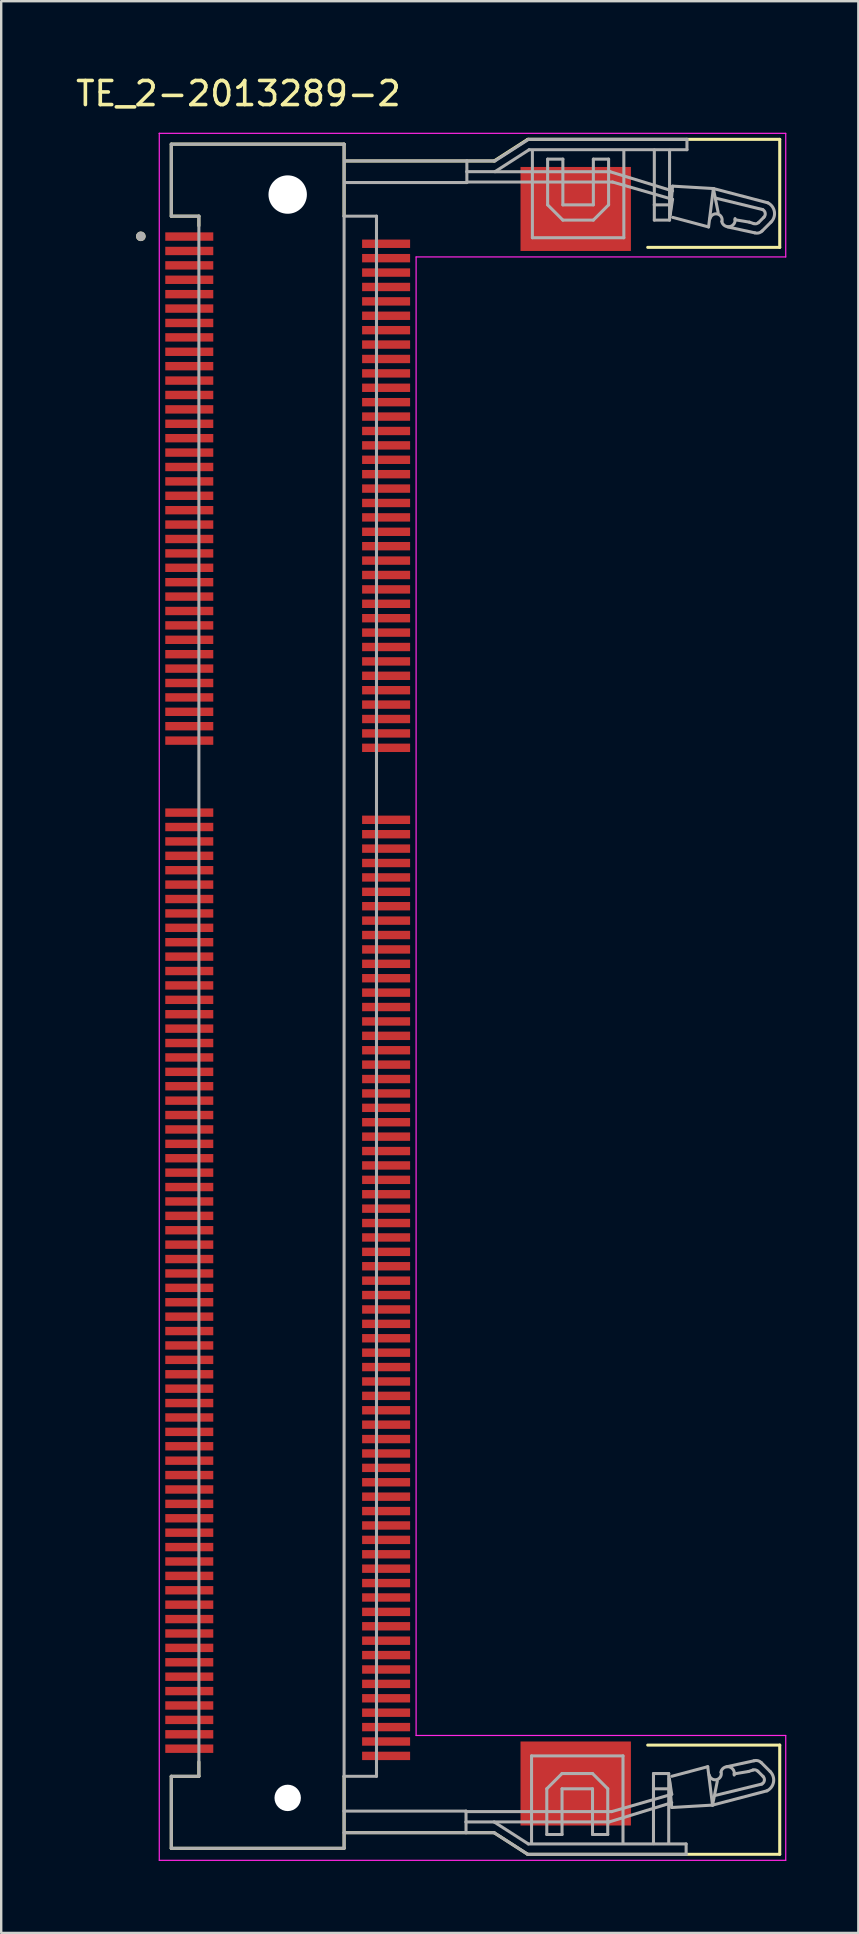
<source format=kicad_pcb>
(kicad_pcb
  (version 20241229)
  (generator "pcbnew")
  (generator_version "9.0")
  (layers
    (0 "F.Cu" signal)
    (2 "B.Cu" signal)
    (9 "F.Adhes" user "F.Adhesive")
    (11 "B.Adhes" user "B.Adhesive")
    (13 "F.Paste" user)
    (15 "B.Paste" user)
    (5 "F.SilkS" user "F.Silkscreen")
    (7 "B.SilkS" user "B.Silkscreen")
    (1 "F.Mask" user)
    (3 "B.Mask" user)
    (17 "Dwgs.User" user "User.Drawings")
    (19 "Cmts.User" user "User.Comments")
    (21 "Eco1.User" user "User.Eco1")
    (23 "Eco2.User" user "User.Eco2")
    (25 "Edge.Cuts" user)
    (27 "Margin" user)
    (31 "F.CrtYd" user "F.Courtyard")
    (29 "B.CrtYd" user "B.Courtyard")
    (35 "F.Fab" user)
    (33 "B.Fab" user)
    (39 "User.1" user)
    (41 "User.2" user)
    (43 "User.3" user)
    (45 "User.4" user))
  (footprint "TE_2-2013289-2"
    (layer "F.Cu")
    (at 8.936 38.456)
    (property "Reference" "TE_2-2013289-2" (at -2.053 -37.606 0) (layer "F.SilkS") (effects (font (size 1.003 1.003) (thickness 0.15))))
    (attr smd)
    (fp_line (start -4.85 -35.5) (end -4.85 -32.5) (stroke (width 0.127) (type solid)) (layer "F.SilkS"))
    (fp_line (start -4.85 -32.5) (end -3.7 -32.5) (stroke (width 0.127) (type solid)) (layer "F.SilkS"))
    (fp_line (start -4.85 32.5) (end -4.85 35.5) (stroke (width 0.127) (type solid)) (layer "F.SilkS"))
    (fp_line (start -4.85 35.5) (end 2.35 35.5) (stroke (width 0.127) (type solid)) (layer "F.SilkS"))
    (fp_line (start -3.7 -32.5) (end -3.7 -32.1) (stroke (width 0.127) (type solid)) (layer "F.SilkS"))
    (fp_line (start -3.7 31.9) (end -3.7 32.5) (stroke (width 0.127) (type solid)) (layer "F.SilkS"))
    (fp_line (start -3.7 32.5) (end -4.85 32.5) (stroke (width 0.127) (type solid)) (layer "F.SilkS"))
    (fp_line (start 2.35 -35.5) (end -4.85 -35.5) (stroke (width 0.127) (type solid)) (layer "F.SilkS"))
    (fp_line (start 2.35 -32.5) (end 2.35 -35.5) (stroke (width 0.127) (type solid)) (layer "F.SilkS"))
    (fp_line (start 2.35 35.5) (end 2.35 32.5) (stroke (width 0.127) (type solid)) (layer "F.SilkS"))
    (fp_line (start 2.4 -34.8) (end 8.6 -34.8) (stroke (width 0.127) (type solid)) (layer "F.SilkS"))
    (fp_line (start 2.4 34.85) (end 8.6 34.85) (stroke (width 0.127) (type solid)) (layer "F.SilkS"))
    (fp_line (start 8.6 -34.8) (end 10 -35.7) (stroke (width 0.127) (type solid)) (layer "F.SilkS"))
    (fp_line (start 8.6 34.85) (end 10 35.75) (stroke (width 0.127) (type solid)) (layer "F.SilkS"))
    (fp_line (start 10 -35.7) (end 20.5 -35.7) (stroke (width 0.127) (type solid)) (layer "F.SilkS"))
    (fp_line (start 10 35.75) (end 20.5 35.75) (stroke (width 0.127) (type solid)) (layer "F.SilkS"))
    (fp_line (start 20.5 -35.7) (end 20.5 -31.2) (stroke (width 0.127) (type solid)) (layer "F.SilkS"))
    (fp_line (start 20.5 -31.2) (end 15 -31.2) (stroke (width 0.127) (type solid)) (layer "F.SilkS"))
    (fp_line (start 20.5 31.2) (end 15 31.2) (stroke (width 0.127) (type solid)) (layer "F.SilkS"))
    (fp_line (start 20.5 35.75) (end 20.5 31.2) (stroke (width 0.127) (type solid)) (layer "F.SilkS"))
    (fp_circle (center -6.119 -31.66) (end -6.019 -31.66) (stroke (width 0.2) (type solid)) (fill no) (layer "F.SilkS"))
    (fp_line (start -5.35 -35.95) (end -5.35 -35.951) (stroke (width 0.05) (type solid)) (layer "F.CrtYd"))
    (fp_line (start -5.35 -35.95) (end 20.75 -35.95) (stroke (width 0.05) (type solid)) (layer "F.CrtYd"))
    (fp_line (start -5.35 36) (end -5.35 -35.95) (stroke (width 0.05) (type solid)) (layer "F.CrtYd"))
    (fp_line (start 5.35 -30.8) (end 5.35 30.8) (stroke (width 0.05) (type solid)) (layer "F.CrtYd"))
    (fp_line (start 5.35 30.8) (end 20.75 30.8) (stroke (width 0.05) (type solid)) (layer "F.CrtYd"))
    (fp_line (start 20.75 -35.95) (end 20.75 -30.8) (stroke (width 0.05) (type solid)) (layer "F.CrtYd"))
    (fp_line (start 20.75 -30.8) (end 5.35 -30.8) (stroke (width 0.05) (type solid)) (layer "F.CrtYd"))
    (fp_line (start 20.75 30.8) (end 20.75 36) (stroke (width 0.05) (type solid)) (layer "F.CrtYd"))
    (fp_line (start 20.75 36) (end -5.35 36) (stroke (width 0.05) (type solid)) (layer "F.CrtYd"))
    (fp_line (start -4.85 -35.5) (end -4.85 -32.5) (stroke (width 0.127) (type solid)) (layer "F.Fab"))
    (fp_line (start -4.85 -32.5) (end -3.7 -32.5) (stroke (width 0.127) (type solid)) (layer "F.Fab"))
    (fp_line (start -4.85 32.5) (end -4.85 35.5) (stroke (width 0.127) (type solid)) (layer "F.Fab"))
    (fp_line (start -4.85 35.5) (end 2.35 35.5) (stroke (width 0.127) (type solid)) (layer "F.Fab"))
    (fp_line (start -3.7 -32.5) (end -3.7 32.5) (stroke (width 0.127) (type solid)) (layer "F.Fab"))
    (fp_line (start -3.7 32.5) (end -4.85 32.5) (stroke (width 0.127) (type solid)) (layer "F.Fab"))
    (fp_line (start 2.35 -35.5) (end -4.85 -35.5) (stroke (width 0.127) (type solid)) (layer "F.Fab"))
    (fp_line (start 2.35 -32.5) (end 2.35 -35.5) (stroke (width 0.127) (type solid)) (layer "F.Fab"))
    (fp_line (start 2.35 -32.5) (end 3.7 -32.5) (stroke (width 0.127) (type solid)) (layer "F.Fab"))
    (fp_line (start 2.35 32.5) (end 2.35 -32.5) (stroke (width 0.127) (type solid)) (layer "F.Fab"))
    (fp_line (start 2.35 33.95) (end 2.35 32.5) (stroke (width 0.127) (type solid)) (layer "F.Fab"))
    (fp_line (start 2.35 33.95) (end 7.43 33.95) (stroke (width 0.127) (type solid)) (layer "F.Fab"))
    (fp_line (start 2.35 34.85) (end 2.35 33.95) (stroke (width 0.127) (type solid)) (layer "F.Fab"))
    (fp_line (start 2.35 34.85) (end 7.43 34.85) (stroke (width 0.127) (type solid)) (layer "F.Fab"))
    (fp_line (start 2.35 35.5) (end 2.35 34.85) (stroke (width 0.127) (type solid)) (layer "F.Fab"))
    (fp_line (start 2.385 -34.801) (end 7.465 -34.801) (stroke (width 0.127) (type solid)) (layer "F.Fab"))
    (fp_line (start 2.385 -33.901) (end 7.465 -33.901) (stroke (width 0.127) (type solid)) (layer "F.Fab"))
    (fp_line (start 3.7 -32.5) (end 3.7 32.5) (stroke (width 0.127) (type solid)) (layer "F.Fab"))
    (fp_line (start 3.7 32.5) (end 2.35 32.5) (stroke (width 0.127) (type solid)) (layer "F.Fab"))
    (fp_line (start 7.42 33.971) (end 13.5 33.971) (stroke (width 0.127) (type solid)) (layer "F.Fab"))
    (fp_line (start 7.43 34.402) (end 7.43 33.95) (stroke (width 0.127) (type solid)) (layer "F.Fab"))
    (fp_line (start 7.43 34.402) (end 8.6 34.402) (stroke (width 0.127) (type solid)) (layer "F.Fab"))
    (fp_line (start 7.43 34.85) (end 7.43 34.402) (stroke (width 0.127) (type solid)) (layer "F.Fab"))
    (fp_line (start 7.43 34.85) (end 8.6 34.85) (stroke (width 0.127) (type solid)) (layer "F.Fab"))
    (fp_line (start 7.455 -33.922) (end 13.535 -33.922) (stroke (width 0.127) (type solid)) (layer "F.Fab"))
    (fp_line (start 7.465 -34.801) (end 7.465 -34.353) (stroke (width 0.127) (type solid)) (layer "F.Fab"))
    (fp_line (start 7.465 -34.801) (end 8.635 -34.801) (stroke (width 0.127) (type solid)) (layer "F.Fab"))
    (fp_line (start 7.465 -34.353) (end 7.465 -33.901) (stroke (width 0.127) (type solid)) (layer "F.Fab"))
    (fp_line (start 7.465 -34.353) (end 8.635 -34.353) (stroke (width 0.127) (type solid)) (layer "F.Fab"))
    (fp_line (start 8.6 34.4) (end 13.4 34.4) (stroke (width 0.127) (type solid)) (layer "F.Fab"))
    (fp_line (start 8.6 34.85) (end 10 35.75) (stroke (width 0.127) (type solid)) (layer "F.Fab"))
    (fp_line (start 8.625 34.418) (end 10.025 35.318) (stroke (width 0.127) (type solid)) (layer "F.Fab"))
    (fp_line (start 8.635 -34.801) (end 10.035 -35.701) (stroke (width 0.127) (type solid)) (layer "F.Fab"))
    (fp_line (start 8.635 -34.351) (end 13.435 -34.351) (stroke (width 0.127) (type solid)) (layer "F.Fab"))
    (fp_line (start 8.66 -34.369) (end 10.06 -35.269) (stroke (width 0.127) (type solid)) (layer "F.Fab"))
    (fp_line (start 10 35.75) (end 16.6 35.75) (stroke (width 0.127) (type solid)) (layer "F.Fab"))
    (fp_line (start 10.025 35.318) (end 16.6 35.318) (stroke (width 0.127) (type solid)) (layer "F.Fab"))
    (fp_line (start 10.035 -35.701) (end 16.635 -35.701) (stroke (width 0.127) (type solid)) (layer "F.Fab"))
    (fp_line (start 10.06 -35.269) (end 16.635 -35.269) (stroke (width 0.127) (type solid)) (layer "F.Fab"))
    (fp_line (start 10.16 31.65) (end 13.97 31.65) (stroke (width 0.127) (type solid)) (layer "F.Fab"))
    (fp_line (start 10.16 35.267) (end 10.16 31.65) (stroke (width 0.127) (type solid)) (layer "F.Fab"))
    (fp_line (start 10.195 -35.218) (end 10.195 -31.601) (stroke (width 0.127) (type solid)) (layer "F.Fab"))
    (fp_line (start 10.195 -31.601) (end 14.005 -31.601) (stroke (width 0.127) (type solid)) (layer "F.Fab"))
    (fp_line (start 10.795 33.02) (end 11.43 32.385) (stroke (width 0.127) (type solid)) (layer "F.Fab"))
    (fp_line (start 10.795 34.925) (end 10.795 33.02) (stroke (width 0.127) (type solid)) (layer "F.Fab"))
    (fp_line (start 10.83 -34.876) (end 10.83 -32.971) (stroke (width 0.127) (type solid)) (layer "F.Fab"))
    (fp_line (start 10.83 -32.971) (end 11.465 -32.336) (stroke (width 0.127) (type solid)) (layer "F.Fab"))
    (fp_line (start 11.43 32.385) (end 12.7 32.385) (stroke (width 0.127) (type solid)) (layer "F.Fab"))
    (fp_line (start 11.43 33.02) (end 11.43 34.925) (stroke (width 0.127) (type solid)) (layer "F.Fab"))
    (fp_line (start 11.43 34.925) (end 10.795 34.925) (stroke (width 0.127) (type solid)) (layer "F.Fab"))
    (fp_line (start 11.465 -34.876) (end 10.83 -34.876) (stroke (width 0.127) (type solid)) (layer "F.Fab"))
    (fp_line (start 11.465 -32.971) (end 11.465 -34.876) (stroke (width 0.127) (type solid)) (layer "F.Fab"))
    (fp_line (start 11.465 -32.336) (end 12.735 -32.336) (stroke (width 0.127) (type solid)) (layer "F.Fab"))
    (fp_line (start 12.7 32.385) (end 13.335 33.02) (stroke (width 0.127) (type solid)) (layer "F.Fab"))
    (fp_line (start 12.7 33.02) (end 11.43 33.02) (stroke (width 0.127) (type solid)) (layer "F.Fab"))
    (fp_line (start 12.7 34.925) (end 12.7 33.02) (stroke (width 0.127) (type solid)) (layer "F.Fab"))
    (fp_line (start 12.735 -34.876) (end 12.735 -32.971) (stroke (width 0.127) (type solid)) (layer "F.Fab"))
    (fp_line (start 12.735 -32.971) (end 11.465 -32.971) (stroke (width 0.127) (type solid)) (layer "F.Fab"))
    (fp_line (start 12.735 -32.336) (end 13.37 -32.971) (stroke (width 0.127) (type solid)) (layer "F.Fab"))
    (fp_line (start 13.335 33.02) (end 13.335 34.925) (stroke (width 0.127) (type solid)) (layer "F.Fab"))
    (fp_line (start 13.335 34.925) (end 12.7 34.925) (stroke (width 0.127) (type solid)) (layer "F.Fab"))
    (fp_line (start 13.37 -34.876) (end 12.735 -34.876) (stroke (width 0.127) (type solid)) (layer "F.Fab"))
    (fp_line (start 13.37 -32.971) (end 13.37 -34.876) (stroke (width 0.127) (type solid)) (layer "F.Fab"))
    (fp_line (start 13.4 34.4) (end 16 33.6) (stroke (width 0.127) (type solid)) (layer "F.Fab"))
    (fp_line (start 13.435 -34.351) (end 16.035 -33.551) (stroke (width 0.127) (type solid)) (layer "F.Fab"))
    (fp_line (start 13.5 33.971) (end 16 33.25) (stroke (width 0.127) (type solid)) (layer "F.Fab"))
    (fp_line (start 13.535 -33.922) (end 16.035 -33.201) (stroke (width 0.127) (type solid)) (layer "F.Fab"))
    (fp_line (start 13.97 31.65) (end 13.97 35.255) (stroke (width 0.127) (type solid)) (layer "F.Fab"))
    (fp_line (start 14.005 -31.601) (end 14.005 -35.206) (stroke (width 0.127) (type solid)) (layer "F.Fab"))
    (fp_line (start 15.24 32.385) (end 15.875 32.385) (stroke (width 0.127) (type solid)) (layer "F.Fab"))
    (fp_line (start 15.24 33.02) (end 15.24 32.385) (stroke (width 0.127) (type solid)) (layer "F.Fab"))
    (fp_line (start 15.24 33.02) (end 15.875 33.02) (stroke (width 0.127) (type solid)) (layer "F.Fab"))
    (fp_line (start 15.24 35.306) (end 15.24 33.02) (stroke (width 0.127) (type solid)) (layer "F.Fab"))
    (fp_line (start 15.275 -35.257) (end 15.275 -32.971) (stroke (width 0.127) (type solid)) (layer "F.Fab"))
    (fp_line (start 15.275 -32.971) (end 15.275 -32.336) (stroke (width 0.127) (type solid)) (layer "F.Fab"))
    (fp_line (start 15.275 -32.971) (end 15.91 -32.971) (stroke (width 0.127) (type solid)) (layer "F.Fab"))
    (fp_line (start 15.275 -32.336) (end 15.91 -32.336) (stroke (width 0.127) (type solid)) (layer "F.Fab"))
    (fp_line (start 15.875 32.385) (end 15.875 33.02) (stroke (width 0.127) (type solid)) (layer "F.Fab"))
    (fp_line (start 15.875 33.02) (end 15.875 35.293) (stroke (width 0.127) (type solid)) (layer "F.Fab"))
    (fp_line (start 15.9 32.6) (end 16 33.8) (stroke (width 0.127) (type solid)) (layer "F.Fab"))
    (fp_line (start 15.91 -32.971) (end 15.91 -35.244) (stroke (width 0.127) (type solid)) (layer "F.Fab"))
    (fp_line (start 15.91 -32.336) (end 15.91 -32.971) (stroke (width 0.127) (type solid)) (layer "F.Fab"))
    (fp_line (start 15.935 -32.551) (end 16.035 -33.751) (stroke (width 0.127) (type solid)) (layer "F.Fab"))
    (fp_line (start 16 33.25) (end 15.9 32.6) (stroke (width 0.127) (type solid)) (layer "F.Fab"))
    (fp_line (start 16 33.8) (end 17.7 33.7) (stroke (width 0.127) (type solid)) (layer "F.Fab"))
    (fp_line (start 16.035 -33.751) (end 17.735 -33.651) (stroke (width 0.127) (type solid)) (layer "F.Fab"))
    (fp_line (start 16.035 -33.201) (end 15.935 -32.551) (stroke (width 0.127) (type solid)) (layer "F.Fab"))
    (fp_line (start 16.6 35.318) (end 16.6 35.75) (stroke (width 0.127) (type solid)) (layer "F.Fab"))
    (fp_line (start 16.635 -35.269) (end 16.635 -35.701) (stroke (width 0.127) (type solid)) (layer "F.Fab"))
    (fp_line (start 17.5 32.1) (end 16 32.5) (stroke (width 0.127) (type solid)) (layer "F.Fab"))
    (fp_line (start 17.535 -32.051) (end 16.035 -32.451) (stroke (width 0.127) (type solid)) (layer "F.Fab"))
    (fp_line (start 17.7 33.7) (end 17.5 32.1) (stroke (width 0.127) (type solid)) (layer "F.Fab"))
    (fp_line (start 17.7 33.7) (end 17.9 32.7) (stroke (width 0.127) (type solid)) (layer "F.Fab"))
    (fp_line (start 17.7 33.7) (end 19.967 33.106) (stroke (width 0.127) (type solid)) (layer "F.Fab"))
    (fp_line (start 17.735 -33.651) (end 17.535 -32.051) (stroke (width 0.127) (type solid)) (layer "F.Fab"))
    (fp_line (start 17.735 -33.651) (end 17.935 -32.651) (stroke (width 0.127) (type solid)) (layer "F.Fab"))
    (fp_line (start 17.735 -33.651) (end 20.002 -33.057) (stroke (width 0.127) (type solid)) (layer "F.Fab"))
    (fp_line (start 17.8 33.3) (end 19.752 32.824) (stroke (width 0.127) (type solid)) (layer "F.Fab"))
    (fp_line (start 17.835 -33.251) (end 19.787 -32.775) (stroke (width 0.127) (type solid)) (layer "F.Fab"))
    (fp_line (start 18.6 32.4) (end 19.2 32.3) (stroke (width 0.127) (type solid)) (layer "F.Fab"))
    (fp_line (start 18.635 -32.351) (end 19.235 -32.251) (stroke (width 0.127) (type solid)) (layer "F.Fab"))
    (fp_line (start 19.383 32.239) (end 19.2 32.3) (stroke (width 0.127) (type solid)) (layer "F.Fab"))
    (fp_line (start 19.418 -32.19) (end 19.235 -32.251) (stroke (width 0.127) (type solid)) (layer "F.Fab"))
    (fp_line (start 19.427 31.854) (end 18.3 32.1) (stroke (width 0.127) (type solid)) (layer "F.Fab"))
    (fp_line (start 19.462 -31.805) (end 18.335 -32.051) (stroke (width 0.127) (type solid)) (layer "F.Fab"))
    (fp_line (start 19.804 32.504) (end 19.587 32.287) (stroke (width 0.127) (type solid)) (layer "F.Fab"))
    (fp_line (start 19.839 -32.455) (end 19.622 -32.238) (stroke (width 0.127) (type solid)) (layer "F.Fab"))
    (fp_line (start 20.103 32.303) (end 19.728 31.928) (stroke (width 0.127) (type solid)) (layer "F.Fab"))
    (fp_line (start 20.138 -32.254) (end 19.763 -31.879) (stroke (width 0.127) (type solid)) (layer "F.Fab"))
    (fp_arc (start 17.5966 -32.3972) (mid 17.8966 -32.5972) (end 18.0966 -32.2972) (stroke (width 0.127) (type solid)) (layer "F.Fab"))
    (fp_arc (start 18.0492 32.3254) (mid 18.3873 32.1095) (end 18.6032 32.4476) (stroke (width 0.127) (type solid)) (layer "F.Fab"))
    (fp_arc (start 18.0616 32.3462) (mid 17.8616 32.6462) (end 17.5616 32.4462) (stroke (width 0.127) (type solid)) (layer "F.Fab"))
    (fp_arc (start 18.6382 -32.3986) (mid 18.4223 -32.0605) (end 18.0842 -32.2764) (stroke (width 0.127) (type solid)) (layer "F.Fab"))
    (fp_arc (start 19.3827 32.2391) (mid 19.49191 32.234175) (end 19.5874 32.2874) (stroke (width 0.127) (type solid)) (layer "F.Fab"))
    (fp_arc (start 19.4267 31.8541) (mid 19.587915 31.849164) (end 19.7284 31.9284) (stroke (width 0.127) (type solid)) (layer "F.Fab"))
    (fp_arc (start 19.6224 -32.2384) (mid 19.52691 -32.185175) (end 19.4177 -32.1901) (stroke (width 0.127) (type solid)) (layer "F.Fab"))
    (fp_arc (start 19.7634 -31.8794) (mid 19.622914 -31.800164) (end 19.4617 -31.8051) (stroke (width 0.127) (type solid)) (layer "F.Fab"))
    (fp_arc (start 19.7868 -32.775099) (mid 19.894783 -32.628259) (end 19.8388 -32.4548) (stroke (width 0.127) (type solid)) (layer "F.Fab"))
    (fp_arc (start 19.8038 32.5038) (mid 19.859784 32.67726) (end 19.7518 32.824099) (stroke (width 0.127) (type solid)) (layer "F.Fab"))
    (fp_arc (start 20.0019 -33.057299) (mid 20.277137 -32.690537) (end 20.1377 -32.2537) (stroke (width 0.127) (type solid)) (layer "F.Fab"))
    (fp_arc (start 20.1027 32.3027) (mid 20.242138 32.739538) (end 19.9669 33.106299) (stroke (width 0.127) (type solid)) (layer "F.Fab"))
    (fp_circle (center -6.119 -31.66) (end -6.019 -31.66) (stroke (width 0.2) (type solid)) (fill no) (layer "F.Fab"))
    (pad "" np_thru_hole circle (at 0 -33.4) (size 1.6 1.6) (drill 1.6) (layers "*.Cu" "*.Mask"))
    (pad "" np_thru_hole circle (at 0 33.4) (size 1.1 1.1) (drill 1.1) (layers "*.Cu" "*.Mask"))
    (pad "1" smd rect (at -4.1 -31.65) (size 2 0.35) (layers "F.Cu" "F.Mask" "F.Paste"))
    (pad "2" smd rect (at 4.1 -31.35) (size 2 0.35) (layers "F.Cu" "F.Mask" "F.Paste"))
    (pad "3" smd rect (at -4.1 -31.05) (size 2 0.35) (layers "F.Cu" "F.Mask" "F.Paste"))
    (pad "4" smd rect (at 4.1 -30.75) (size 2 0.35) (layers "F.Cu" "F.Mask" "F.Paste"))
    (pad "5" smd rect (at -4.1 -30.45) (size 2 0.35) (layers "F.Cu" "F.Mask" "F.Paste"))
    (pad "6" smd rect (at 4.1 -30.15) (size 2 0.35) (layers "F.Cu" "F.Mask" "F.Paste"))
    (pad "7" smd rect (at -4.1 -29.85) (size 2 0.35) (layers "F.Cu" "F.Mask" "F.Paste"))
    (pad "8" smd rect (at 4.1 -29.55) (size 2 0.35) (layers "F.Cu" "F.Mask" "F.Paste"))
    (pad "9" smd rect (at -4.1 -29.25) (size 2 0.35) (layers "F.Cu" "F.Mask" "F.Paste"))
    (pad "10" smd rect (at 4.1 -28.95) (size 2 0.35) (layers "F.Cu" "F.Mask" "F.Paste"))
    (pad "11" smd rect (at -4.1 -28.65) (size 2 0.35) (layers "F.Cu" "F.Mask" "F.Paste"))
    (pad "12" smd rect (at 4.1 -28.35) (size 2 0.35) (layers "F.Cu" "F.Mask" "F.Paste"))
    (pad "13" smd rect (at -4.1 -28.05) (size 2 0.35) (layers "F.Cu" "F.Mask" "F.Paste"))
    (pad "14" smd rect (at 4.1 -27.75) (size 2 0.35) (layers "F.Cu" "F.Mask" "F.Paste"))
    (pad "15" smd rect (at -4.1 -27.45) (size 2 0.35) (layers "F.Cu" "F.Mask" "F.Paste"))
    (pad "16" smd rect (at 4.1 -27.15) (size 2 0.35) (layers "F.Cu" "F.Mask" "F.Paste"))
    (pad "17" smd rect (at -4.1 -26.85) (size 2 0.35) (layers "F.Cu" "F.Mask" "F.Paste"))
    (pad "18" smd rect (at 4.1 -26.55) (size 2 0.35) (layers "F.Cu" "F.Mask" "F.Paste"))
    (pad "19" smd rect (at -4.1 -26.25) (size 2 0.35) (layers "F.Cu" "F.Mask" "F.Paste"))
    (pad "20" smd rect (at 4.1 -25.95) (size 2 0.35) (layers "F.Cu" "F.Mask" "F.Paste"))
    (pad "21" smd rect (at -4.1 -25.65) (size 2 0.35) (layers "F.Cu" "F.Mask" "F.Paste"))
    (pad "22" smd rect (at 4.1 -25.35) (size 2 0.35) (layers "F.Cu" "F.Mask" "F.Paste"))
    (pad "23" smd rect (at -4.1 -25.05) (size 2 0.35) (layers "F.Cu" "F.Mask" "F.Paste"))
    (pad "24" smd rect (at 4.1 -24.75) (size 2 0.35) (layers "F.Cu" "F.Mask" "F.Paste"))
    (pad "25" smd rect (at -4.1 -24.45) (size 2 0.35) (layers "F.Cu" "F.Mask" "F.Paste"))
    (pad "26" smd rect (at 4.1 -24.15) (size 2 0.35) (layers "F.Cu" "F.Mask" "F.Paste"))
    (pad "27" smd rect (at -4.1 -23.85) (size 2 0.35) (layers "F.Cu" "F.Mask" "F.Paste"))
    (pad "28" smd rect (at 4.1 -23.55) (size 2 0.35) (layers "F.Cu" "F.Mask" "F.Paste"))
    (pad "29" smd rect (at -4.1 -23.25) (size 2 0.35) (layers "F.Cu" "F.Mask" "F.Paste"))
    (pad "30" smd rect (at 4.1 -22.95) (size 2 0.35) (layers "F.Cu" "F.Mask" "F.Paste"))
    (pad "31" smd rect (at -4.1 -22.65) (size 2 0.35) (layers "F.Cu" "F.Mask" "F.Paste"))
    (pad "32" smd rect (at 4.1 -22.35) (size 2 0.35) (layers "F.Cu" "F.Mask" "F.Paste"))
    (pad "33" smd rect (at -4.1 -22.05) (size 2 0.35) (layers "F.Cu" "F.Mask" "F.Paste"))
    (pad "34" smd rect (at 4.1 -21.75) (size 2 0.35) (layers "F.Cu" "F.Mask" "F.Paste"))
    (pad "35" smd rect (at -4.1 -21.45) (size 2 0.35) (layers "F.Cu" "F.Mask" "F.Paste"))
    (pad "36" smd rect (at 4.1 -21.15) (size 2 0.35) (layers "F.Cu" "F.Mask" "F.Paste"))
    (pad "37" smd rect (at -4.1 -20.85) (size 2 0.35) (layers "F.Cu" "F.Mask" "F.Paste"))
    (pad "38" smd rect (at 4.1 -20.55) (size 2 0.35) (layers "F.Cu" "F.Mask" "F.Paste"))
    (pad "39" smd rect (at -4.1 -20.25) (size 2 0.35) (layers "F.Cu" "F.Mask" "F.Paste"))
    (pad "40" smd rect (at 4.1 -19.95) (size 2 0.35) (layers "F.Cu" "F.Mask" "F.Paste"))
    (pad "41" smd rect (at -4.1 -19.65) (size 2 0.35) (layers "F.Cu" "F.Mask" "F.Paste"))
    (pad "42" smd rect (at 4.1 -19.35) (size 2 0.35) (layers "F.Cu" "F.Mask" "F.Paste"))
    (pad "43" smd rect (at -4.1 -19.05) (size 2 0.35) (layers "F.Cu" "F.Mask" "F.Paste"))
    (pad "44" smd rect (at 4.1 -18.75) (size 2 0.35) (layers "F.Cu" "F.Mask" "F.Paste"))
    (pad "45" smd rect (at -4.1 -18.45) (size 2 0.35) (layers "F.Cu" "F.Mask" "F.Paste"))
    (pad "46" smd rect (at 4.1 -18.15) (size 2 0.35) (layers "F.Cu" "F.Mask" "F.Paste"))
    (pad "47" smd rect (at -4.1 -17.85) (size 2 0.35) (layers "F.Cu" "F.Mask" "F.Paste"))
    (pad "48" smd rect (at 4.1 -17.55) (size 2 0.35) (layers "F.Cu" "F.Mask" "F.Paste"))
    (pad "49" smd rect (at -4.1 -17.25) (size 2 0.35) (layers "F.Cu" "F.Mask" "F.Paste"))
    (pad "50" smd rect (at 4.1 -16.95) (size 2 0.35) (layers "F.Cu" "F.Mask" "F.Paste"))
    (pad "51" smd rect (at -4.1 -16.65) (size 2 0.35) (layers "F.Cu" "F.Mask" "F.Paste"))
    (pad "52" smd rect (at 4.1 -16.35) (size 2 0.35) (layers "F.Cu" "F.Mask" "F.Paste"))
    (pad "53" smd rect (at -4.1 -16.05) (size 2 0.35) (layers "F.Cu" "F.Mask" "F.Paste"))
    (pad "54" smd rect (at 4.1 -15.75) (size 2 0.35) (layers "F.Cu" "F.Mask" "F.Paste"))
    (pad "55" smd rect (at -4.1 -15.45) (size 2 0.35) (layers "F.Cu" "F.Mask" "F.Paste"))
    (pad "56" smd rect (at 4.1 -15.15) (size 2 0.35) (layers "F.Cu" "F.Mask" "F.Paste"))
    (pad "57" smd rect (at -4.1 -14.85) (size 2 0.35) (layers "F.Cu" "F.Mask" "F.Paste"))
    (pad "58" smd rect (at 4.1 -14.55) (size 2 0.35) (layers "F.Cu" "F.Mask" "F.Paste"))
    (pad "59" smd rect (at -4.1 -14.25) (size 2 0.35) (layers "F.Cu" "F.Mask" "F.Paste"))
    (pad "60" smd rect (at 4.1 -13.95) (size 2 0.35) (layers "F.Cu" "F.Mask" "F.Paste"))
    (pad "61" smd rect (at -4.1 -13.65) (size 2 0.35) (layers "F.Cu" "F.Mask" "F.Paste"))
    (pad "62" smd rect (at 4.1 -13.35) (size 2 0.35) (layers "F.Cu" "F.Mask" "F.Paste"))
    (pad "63" smd rect (at -4.1 -13.05) (size 2 0.35) (layers "F.Cu" "F.Mask" "F.Paste"))
    (pad "64" smd rect (at 4.1 -12.75) (size 2 0.35) (layers "F.Cu" "F.Mask" "F.Paste"))
    (pad "65" smd rect (at -4.1 -12.45) (size 2 0.35) (layers "F.Cu" "F.Mask" "F.Paste"))
    (pad "66" smd rect (at 4.1 -12.15) (size 2 0.35) (layers "F.Cu" "F.Mask" "F.Paste"))
    (pad "67" smd rect (at -4.1 -11.85) (size 2 0.35) (layers "F.Cu" "F.Mask" "F.Paste"))
    (pad "68" smd rect (at 4.1 -11.55) (size 2 0.35) (layers "F.Cu" "F.Mask" "F.Paste"))
    (pad "69" smd rect (at -4.1 -11.25) (size 2 0.35) (layers "F.Cu" "F.Mask" "F.Paste"))
    (pad "70" smd rect (at 4.1 -10.95) (size 2 0.35) (layers "F.Cu" "F.Mask" "F.Paste"))
    (pad "71" smd rect (at -4.1 -10.65) (size 2 0.35) (layers "F.Cu" "F.Mask" "F.Paste"))
    (pad "72" smd rect (at 4.1 -10.35) (size 2 0.35) (layers "F.Cu" "F.Mask" "F.Paste"))
    (pad "73" smd rect (at -4.1 -7.65) (size 2 0.35) (layers "F.Cu" "F.Mask" "F.Paste"))
    (pad "74" smd rect (at 4.1 -7.35) (size 2 0.35) (layers "F.Cu" "F.Mask" "F.Paste"))
    (pad "75" smd rect (at -4.1 -7.05) (size 2 0.35) (layers "F.Cu" "F.Mask" "F.Paste"))
    (pad "76" smd rect (at 4.1 -6.75) (size 2 0.35) (layers "F.Cu" "F.Mask" "F.Paste"))
    (pad "77" smd rect (at -4.1 -6.45) (size 2 0.35) (layers "F.Cu" "F.Mask" "F.Paste"))
    (pad "78" smd rect (at 4.1 -6.15) (size 2 0.35) (layers "F.Cu" "F.Mask" "F.Paste"))
    (pad "79" smd rect (at -4.1 -5.85) (size 2 0.35) (layers "F.Cu" "F.Mask" "F.Paste"))
    (pad "80" smd rect (at 4.1 -5.55) (size 2 0.35) (layers "F.Cu" "F.Mask" "F.Paste"))
    (pad "81" smd rect (at -4.1 -5.25) (size 2 0.35) (layers "F.Cu" "F.Mask" "F.Paste"))
    (pad "82" smd rect (at 4.1 -4.95) (size 2 0.35) (layers "F.Cu" "F.Mask" "F.Paste"))
    (pad "83" smd rect (at -4.1 -4.65) (size 2 0.35) (layers "F.Cu" "F.Mask" "F.Paste"))
    (pad "84" smd rect (at 4.1 -4.35) (size 2 0.35) (layers "F.Cu" "F.Mask" "F.Paste"))
    (pad "85" smd rect (at -4.1 -4.05) (size 2 0.35) (layers "F.Cu" "F.Mask" "F.Paste"))
    (pad "86" smd rect (at 4.1 -3.75) (size 2 0.35) (layers "F.Cu" "F.Mask" "F.Paste"))
    (pad "87" smd rect (at -4.1 -3.45) (size 2 0.35) (layers "F.Cu" "F.Mask" "F.Paste"))
    (pad "88" smd rect (at 4.1 -3.15) (size 2 0.35) (layers "F.Cu" "F.Mask" "F.Paste"))
    (pad "89" smd rect (at -4.1 -2.85) (size 2 0.35) (layers "F.Cu" "F.Mask" "F.Paste"))
    (pad "90" smd rect (at 4.1 -2.55) (size 2 0.35) (layers "F.Cu" "F.Mask" "F.Paste"))
    (pad "91" smd rect (at -4.1 -2.25) (size 2 0.35) (layers "F.Cu" "F.Mask" "F.Paste"))
    (pad "92" smd rect (at 4.1 -1.95) (size 2 0.35) (layers "F.Cu" "F.Mask" "F.Paste"))
    (pad "93" smd rect (at -4.1 -1.65) (size 2 0.35) (layers "F.Cu" "F.Mask" "F.Paste"))
    (pad "94" smd rect (at 4.1 -1.35) (size 2 0.35) (layers "F.Cu" "F.Mask" "F.Paste"))
    (pad "95" smd rect (at -4.1 -1.05) (size 2 0.35) (layers "F.Cu" "F.Mask" "F.Paste"))
    (pad "96" smd rect (at 4.1 -0.75) (size 2 0.35) (layers "F.Cu" "F.Mask" "F.Paste"))
    (pad "97" smd rect (at -4.1 -0.45) (size 2 0.35) (layers "F.Cu" "F.Mask" "F.Paste"))
    (pad "98" smd rect (at 4.1 -0.15) (size 2 0.35) (layers "F.Cu" "F.Mask" "F.Paste"))
    (pad "99" smd rect (at -4.1 0.15) (size 2 0.35) (layers "F.Cu" "F.Mask" "F.Paste"))
    (pad "100" smd rect (at 4.1 0.45) (size 2 0.35) (layers "F.Cu" "F.Mask" "F.Paste"))
    (pad "101" smd rect (at -4.1 0.75) (size 2 0.35) (layers "F.Cu" "F.Mask" "F.Paste"))
    (pad "102" smd rect (at 4.1 1.05) (size 2 0.35) (layers "F.Cu" "F.Mask" "F.Paste"))
    (pad "103" smd rect (at -4.1 1.35) (size 2 0.35) (layers "F.Cu" "F.Mask" "F.Paste"))
    (pad "104" smd rect (at 4.1 1.65) (size 2 0.35) (layers "F.Cu" "F.Mask" "F.Paste"))
    (pad "105" smd rect (at -4.1 1.95) (size 2 0.35) (layers "F.Cu" "F.Mask" "F.Paste"))
    (pad "106" smd rect (at 4.1 2.25) (size 2 0.35) (layers "F.Cu" "F.Mask" "F.Paste"))
    (pad "107" smd rect (at -4.1 2.55) (size 2 0.35) (layers "F.Cu" "F.Mask" "F.Paste"))
    (pad "108" smd rect (at 4.1 2.85) (size 2 0.35) (layers "F.Cu" "F.Mask" "F.Paste"))
    (pad "109" smd rect (at -4.1 3.15) (size 2 0.35) (layers "F.Cu" "F.Mask" "F.Paste"))
    (pad "110" smd rect (at 4.1 3.45) (size 2 0.35) (layers "F.Cu" "F.Mask" "F.Paste"))
    (pad "111" smd rect (at -4.1 3.75) (size 2 0.35) (layers "F.Cu" "F.Mask" "F.Paste"))
    (pad "112" smd rect (at 4.1 4.05) (size 2 0.35) (layers "F.Cu" "F.Mask" "F.Paste"))
    (pad "113" smd rect (at -4.1 4.35) (size 2 0.35) (layers "F.Cu" "F.Mask" "F.Paste"))
    (pad "114" smd rect (at 4.1 4.65) (size 2 0.35) (layers "F.Cu" "F.Mask" "F.Paste"))
    (pad "115" smd rect (at -4.1 4.95) (size 2 0.35) (layers "F.Cu" "F.Mask" "F.Paste"))
    (pad "116" smd rect (at 4.1 5.25) (size 2 0.35) (layers "F.Cu" "F.Mask" "F.Paste"))
    (pad "117" smd rect (at -4.1 5.55) (size 2 0.35) (layers "F.Cu" "F.Mask" "F.Paste"))
    (pad "118" smd rect (at 4.1 5.85) (size 2 0.35) (layers "F.Cu" "F.Mask" "F.Paste"))
    (pad "119" smd rect (at -4.1 6.15) (size 2 0.35) (layers "F.Cu" "F.Mask" "F.Paste"))
    (pad "120" smd rect (at 4.1 6.45) (size 2 0.35) (layers "F.Cu" "F.Mask" "F.Paste"))
    (pad "121" smd rect (at -4.1 6.75) (size 2 0.35) (layers "F.Cu" "F.Mask" "F.Paste"))
    (pad "122" smd rect (at 4.1 7.05) (size 2 0.35) (layers "F.Cu" "F.Mask" "F.Paste"))
    (pad "123" smd rect (at -4.1 7.35) (size 2 0.35) (layers "F.Cu" "F.Mask" "F.Paste"))
    (pad "124" smd rect (at 4.1 7.65) (size 2 0.35) (layers "F.Cu" "F.Mask" "F.Paste"))
    (pad "125" smd rect (at -4.1 7.95) (size 2 0.35) (layers "F.Cu" "F.Mask" "F.Paste"))
    (pad "126" smd rect (at 4.1 8.25) (size 2 0.35) (layers "F.Cu" "F.Mask" "F.Paste"))
    (pad "127" smd rect (at -4.1 8.55) (size 2 0.35) (layers "F.Cu" "F.Mask" "F.Paste"))
    (pad "128" smd rect (at 4.1 8.85) (size 2 0.35) (layers "F.Cu" "F.Mask" "F.Paste"))
    (pad "129" smd rect (at -4.1 9.15) (size 2 0.35) (layers "F.Cu" "F.Mask" "F.Paste"))
    (pad "130" smd rect (at 4.1 9.45) (size 2 0.35) (layers "F.Cu" "F.Mask" "F.Paste"))
    (pad "131" smd rect (at -4.1 9.75) (size 2 0.35) (layers "F.Cu" "F.Mask" "F.Paste"))
    (pad "132" smd rect (at 4.1 10.05) (size 2 0.35) (layers "F.Cu" "F.Mask" "F.Paste"))
    (pad "133" smd rect (at -4.1 10.35) (size 2 0.35) (layers "F.Cu" "F.Mask" "F.Paste"))
    (pad "134" smd rect (at 4.1 10.65) (size 2 0.35) (layers "F.Cu" "F.Mask" "F.Paste"))
    (pad "135" smd rect (at -4.1 10.95) (size 2 0.35) (layers "F.Cu" "F.Mask" "F.Paste"))
    (pad "136" smd rect (at 4.1 11.25) (size 2 0.35) (layers "F.Cu" "F.Mask" "F.Paste"))
    (pad "137" smd rect (at -4.1 11.55) (size 2 0.35) (layers "F.Cu" "F.Mask" "F.Paste"))
    (pad "138" smd rect (at 4.1 11.85) (size 2 0.35) (layers "F.Cu" "F.Mask" "F.Paste"))
    (pad "139" smd rect (at -4.1 12.15) (size 2 0.35) (layers "F.Cu" "F.Mask" "F.Paste"))
    (pad "140" smd rect (at 4.1 12.45) (size 2 0.35) (layers "F.Cu" "F.Mask" "F.Paste"))
    (pad "141" smd rect (at -4.1 12.75) (size 2 0.35) (layers "F.Cu" "F.Mask" "F.Paste"))
    (pad "142" smd rect (at 4.1 13.05) (size 2 0.35) (layers "F.Cu" "F.Mask" "F.Paste"))
    (pad "143" smd rect (at -4.1 13.35) (size 2 0.35) (layers "F.Cu" "F.Mask" "F.Paste"))
    (pad "144" smd rect (at 4.1 13.65) (size 2 0.35) (layers "F.Cu" "F.Mask" "F.Paste"))
    (pad "145" smd rect (at -4.1 13.95) (size 2 0.35) (layers "F.Cu" "F.Mask" "F.Paste"))
    (pad "146" smd rect (at 4.1 14.25) (size 2 0.35) (layers "F.Cu" "F.Mask" "F.Paste"))
    (pad "147" smd rect (at -4.1 14.55) (size 2 0.35) (layers "F.Cu" "F.Mask" "F.Paste"))
    (pad "148" smd rect (at 4.1 14.85) (size 2 0.35) (layers "F.Cu" "F.Mask" "F.Paste"))
    (pad "149" smd rect (at -4.1 15.15) (size 2 0.35) (layers "F.Cu" "F.Mask" "F.Paste"))
    (pad "150" smd rect (at 4.1 15.45) (size 2 0.35) (layers "F.Cu" "F.Mask" "F.Paste"))
    (pad "151" smd rect (at -4.1 15.75) (size 2 0.35) (layers "F.Cu" "F.Mask" "F.Paste"))
    (pad "152" smd rect (at 4.1 16.05) (size 2 0.35) (layers "F.Cu" "F.Mask" "F.Paste"))
    (pad "153" smd rect (at -4.1 16.35) (size 2 0.35) (layers "F.Cu" "F.Mask" "F.Paste"))
    (pad "154" smd rect (at 4.1 16.65) (size 2 0.35) (layers "F.Cu" "F.Mask" "F.Paste"))
    (pad "155" smd rect (at -4.1 16.95) (size 2 0.35) (layers "F.Cu" "F.Mask" "F.Paste"))
    (pad "156" smd rect (at 4.1 17.25) (size 2 0.35) (layers "F.Cu" "F.Mask" "F.Paste"))
    (pad "157" smd rect (at -4.1 17.55) (size 2 0.35) (layers "F.Cu" "F.Mask" "F.Paste"))
    (pad "158" smd rect (at 4.1 17.85) (size 2 0.35) (layers "F.Cu" "F.Mask" "F.Paste"))
    (pad "159" smd rect (at -4.1 18.15) (size 2 0.35) (layers "F.Cu" "F.Mask" "F.Paste"))
    (pad "160" smd rect (at 4.1 18.45) (size 2 0.35) (layers "F.Cu" "F.Mask" "F.Paste"))
    (pad "161" smd rect (at -4.1 18.75) (size 2 0.35) (layers "F.Cu" "F.Mask" "F.Paste"))
    (pad "162" smd rect (at 4.1 19.05) (size 2 0.35) (layers "F.Cu" "F.Mask" "F.Paste"))
    (pad "163" smd rect (at -4.1 19.35) (size 2 0.35) (layers "F.Cu" "F.Mask" "F.Paste"))
    (pad "164" smd rect (at 4.1 19.65) (size 2 0.35) (layers "F.Cu" "F.Mask" "F.Paste"))
    (pad "165" smd rect (at -4.1 19.95) (size 2 0.35) (layers "F.Cu" "F.Mask" "F.Paste"))
    (pad "166" smd rect (at 4.1 20.25) (size 2 0.35) (layers "F.Cu" "F.Mask" "F.Paste"))
    (pad "167" smd rect (at -4.1 20.55) (size 2 0.35) (layers "F.Cu" "F.Mask" "F.Paste"))
    (pad "168" smd rect (at 4.1 20.85) (size 2 0.35) (layers "F.Cu" "F.Mask" "F.Paste"))
    (pad "169" smd rect (at -4.1 21.15) (size 2 0.35) (layers "F.Cu" "F.Mask" "F.Paste"))
    (pad "170" smd rect (at 4.1 21.45) (size 2 0.35) (layers "F.Cu" "F.Mask" "F.Paste"))
    (pad "171" smd rect (at -4.1 21.75) (size 2 0.35) (layers "F.Cu" "F.Mask" "F.Paste"))
    (pad "172" smd rect (at 4.1 22.05) (size 2 0.35) (layers "F.Cu" "F.Mask" "F.Paste"))
    (pad "173" smd rect (at -4.1 22.35) (size 2 0.35) (layers "F.Cu" "F.Mask" "F.Paste"))
    (pad "174" smd rect (at 4.1 22.65) (size 2 0.35) (layers "F.Cu" "F.Mask" "F.Paste"))
    (pad "175" smd rect (at -4.1 22.95) (size 2 0.35) (layers "F.Cu" "F.Mask" "F.Paste"))
    (pad "176" smd rect (at 4.1 23.25) (size 2 0.35) (layers "F.Cu" "F.Mask" "F.Paste"))
    (pad "177" smd rect (at -4.1 23.55) (size 2 0.35) (layers "F.Cu" "F.Mask" "F.Paste"))
    (pad "178" smd rect (at 4.1 23.85) (size 2 0.35) (layers "F.Cu" "F.Mask" "F.Paste"))
    (pad "179" smd rect (at -4.1 24.15) (size 2 0.35) (layers "F.Cu" "F.Mask" "F.Paste"))
    (pad "180" smd rect (at 4.1 24.45) (size 2 0.35) (layers "F.Cu" "F.Mask" "F.Paste"))
    (pad "181" smd rect (at -4.1 24.75) (size 2 0.35) (layers "F.Cu" "F.Mask" "F.Paste"))
    (pad "182" smd rect (at 4.1 25.05) (size 2 0.35) (layers "F.Cu" "F.Mask" "F.Paste"))
    (pad "183" smd rect (at -4.1 25.35) (size 2 0.35) (layers "F.Cu" "F.Mask" "F.Paste"))
    (pad "184" smd rect (at 4.1 25.65) (size 2 0.35) (layers "F.Cu" "F.Mask" "F.Paste"))
    (pad "185" smd rect (at -4.1 25.95) (size 2 0.35) (layers "F.Cu" "F.Mask" "F.Paste"))
    (pad "186" smd rect (at 4.1 26.25) (size 2 0.35) (layers "F.Cu" "F.Mask" "F.Paste"))
    (pad "187" smd rect (at -4.1 26.55) (size 2 0.35) (layers "F.Cu" "F.Mask" "F.Paste"))
    (pad "188" smd rect (at 4.1 26.85) (size 2 0.35) (layers "F.Cu" "F.Mask" "F.Paste"))
    (pad "189" smd rect (at -4.1 27.15) (size 2 0.35) (layers "F.Cu" "F.Mask" "F.Paste"))
    (pad "190" smd rect (at 4.1 27.45) (size 2 0.35) (layers "F.Cu" "F.Mask" "F.Paste"))
    (pad "191" smd rect (at -4.1 27.75) (size 2 0.35) (layers "F.Cu" "F.Mask" "F.Paste"))
    (pad "192" smd rect (at 4.1 28.05) (size 2 0.35) (layers "F.Cu" "F.Mask" "F.Paste"))
    (pad "193" smd rect (at -4.1 28.35) (size 2 0.35) (layers "F.Cu" "F.Mask" "F.Paste"))
    (pad "194" smd rect (at 4.1 28.65) (size 2 0.35) (layers "F.Cu" "F.Mask" "F.Paste"))
    (pad "195" smd rect (at -4.1 28.95) (size 2 0.35) (layers "F.Cu" "F.Mask" "F.Paste"))
    (pad "196" smd rect (at 4.1 29.25) (size 2 0.35) (layers "F.Cu" "F.Mask" "F.Paste"))
    (pad "197" smd rect (at -4.1 29.55) (size 2 0.35) (layers "F.Cu" "F.Mask" "F.Paste"))
    (pad "198" smd rect (at 4.1 29.85) (size 2 0.35) (layers "F.Cu" "F.Mask" "F.Paste"))
    (pad "199" smd rect (at -4.1 30.15) (size 2 0.35) (layers "F.Cu" "F.Mask" "F.Paste"))
    (pad "200" smd rect (at 4.1 30.45) (size 2 0.35) (layers "F.Cu" "F.Mask" "F.Paste"))
    (pad "201" smd rect (at -4.1 30.75) (size 2 0.35) (layers "F.Cu" "F.Mask" "F.Paste"))
    (pad "202" smd rect (at 4.1 31.05) (size 2 0.35) (layers "F.Cu" "F.Mask" "F.Paste"))
    (pad "203" smd rect (at -4.1 31.35) (size 2 0.35) (layers "F.Cu" "F.Mask" "F.Paste"))
    (pad "204" smd rect (at 4.1 31.65) (size 2 0.35) (layers "F.Cu" "F.Mask" "F.Paste"))
    (pad "SH1" smd rect (at 12 -32.8) (size 4.6 3.5) (layers "F.Cu" "F.Mask" "F.Paste"))
    (pad "SH2" smd rect (at 12 32.8) (size 4.6 3.5) (layers "F.Cu" "F.Mask" "F.Paste")))
  (gr_rect
    (start -3 -3)
    (end 32.711 77.481)
    (stroke (width 0.1) (type default))
    (fill no)
    (layer "Edge.Cuts")))
</source>
